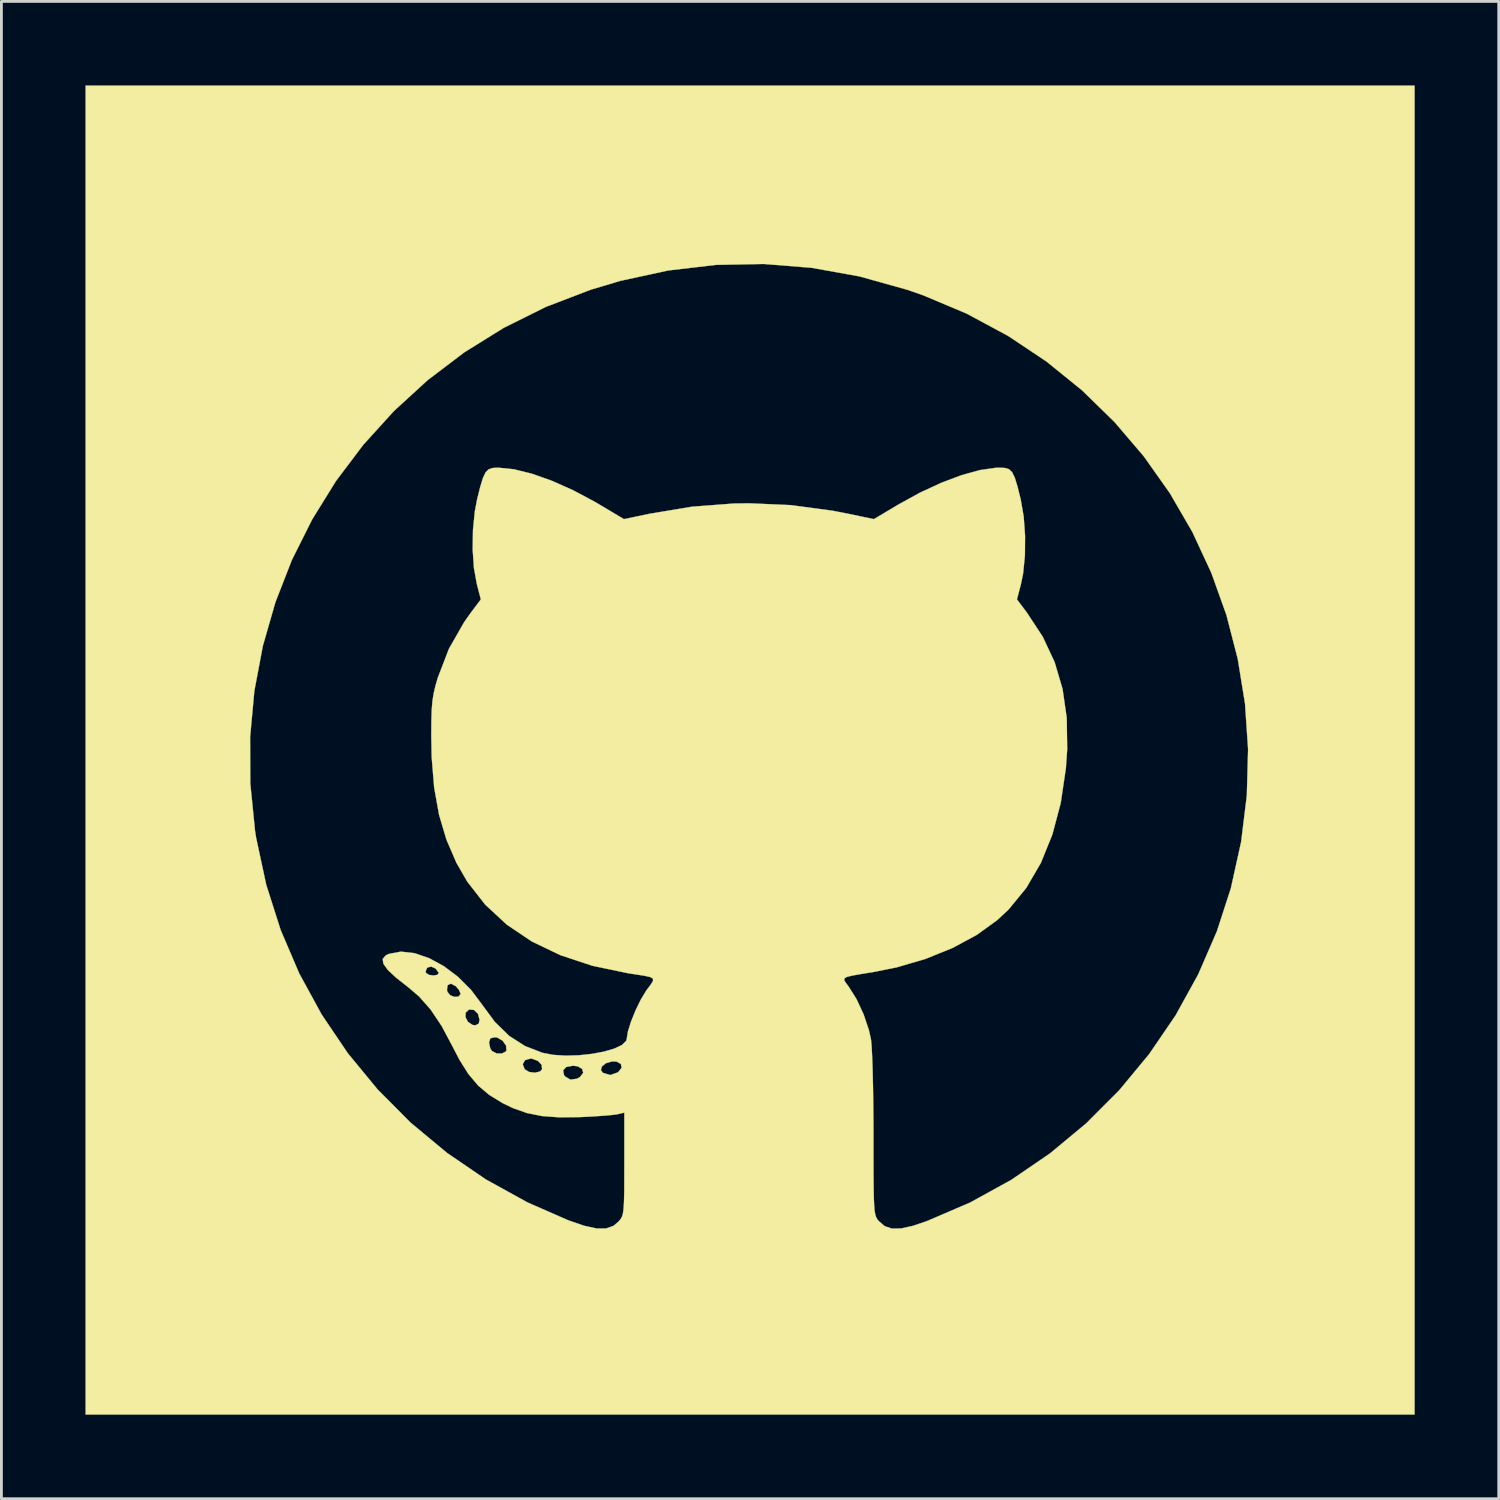
<source format=kicad_pcb>
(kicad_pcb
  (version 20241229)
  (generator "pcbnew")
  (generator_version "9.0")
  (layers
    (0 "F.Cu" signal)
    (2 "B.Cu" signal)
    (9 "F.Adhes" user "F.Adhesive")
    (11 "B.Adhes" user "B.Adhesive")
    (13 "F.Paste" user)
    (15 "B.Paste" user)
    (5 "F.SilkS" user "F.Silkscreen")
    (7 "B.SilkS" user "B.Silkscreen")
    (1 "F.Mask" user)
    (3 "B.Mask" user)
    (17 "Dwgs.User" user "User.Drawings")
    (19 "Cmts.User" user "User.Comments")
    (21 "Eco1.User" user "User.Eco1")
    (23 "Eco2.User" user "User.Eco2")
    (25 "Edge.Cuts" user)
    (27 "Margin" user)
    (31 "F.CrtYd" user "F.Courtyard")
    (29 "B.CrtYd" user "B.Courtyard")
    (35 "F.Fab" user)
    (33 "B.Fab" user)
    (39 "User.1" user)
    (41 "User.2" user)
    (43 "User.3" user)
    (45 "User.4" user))
  (footprint "Github_logo"
    (layer "F.Cu")
    (at 23.712 23.712)
    (property "Reference" "Github_logo" (at 0 0 0) (layer "F.SilkS") (effects (font (size 1.524 1.524) (thickness 0.3))))
    (attr through_hole)
    (fp_poly (pts (xy 23.707 23.707) (xy -23.707 23.707) (xy -23.707 -0.472) (xy -17.838 -0.472) (xy -17.832 1.192) (xy -17.664 2.871) (xy -17.623 3.134) (xy -17.263 4.807) (xy -16.748 6.421) (xy -16.087 7.967) (xy -15.285 9.436) (xy -14.35 10.82) (xy -13.289 12.108) (xy -12.11 13.294) (xy -10.82 14.367) (xy -9.425 15.32) (xy -7.933 16.143) (xy -6.485 16.777) (xy -5.925 16.97) (xy -5.484 17.067) (xy -5.141 17.069) (xy -4.874 16.976) (xy -4.681 16.81) (xy -4.617 16.73) (xy -4.569 16.643) (xy -4.535 16.525) (xy -4.512 16.351) (xy -4.498 16.1) (xy -4.49 15.746) (xy -4.488 15.265) (xy -4.487 14.76) (xy -4.487 12.934) (xy -4.72 12.99) (xy -4.892 13.015) (xy -5.192 13.043) (xy -5.579 13.069) (xy -6.013 13.092) (xy -6.054 13.094) (xy -6.796 13.103) (xy -7.417 13.058) (xy -7.959 12.95) (xy -8.464 12.772) (xy -8.832 12.594) (xy -9.307 12.303) (xy -9.704 11.968) (xy -10.052 11.554) (xy -10.269 11.208) (xy -8.111 11.208) (xy -8.045 11.385) (xy -8.042 11.389) (xy -7.885 11.484) (xy -7.679 11.511) (xy -7.497 11.468) (xy -7.455 11.425) (xy -6.671 11.425) (xy -6.64 11.592) (xy -6.603 11.643) (xy -6.411 11.758) (xy -6.176 11.725) (xy -6.065 11.661) (xy -5.954 11.514) (xy -5.979 11.419) (xy -5.324 11.419) (xy -5.249 11.516) (xy -4.99 11.594) (xy -4.728 11.503) (xy -4.701 11.485) (xy -4.583 11.334) (xy -4.61 11.198) (xy -4.76 11.114) (xy -4.923 11.107) (xy -5.144 11.171) (xy -5.287 11.287) (xy -5.324 11.419) (xy -5.979 11.419) (xy -5.989 11.377) (xy -6.149 11.283) (xy -6.319 11.261) (xy -6.558 11.306) (xy -6.671 11.425) (xy -7.455 11.425) (xy -7.421 11.39) (xy -7.437 11.229) (xy -7.572 11.088) (xy -7.779 11.011) (xy -7.84 11.007) (xy -8.034 11.065) (xy -8.111 11.208) (xy -10.269 11.208) (xy -10.38 11.03) (xy -10.615 10.575) (xy -10.687 10.439) (xy -9.313 10.439) (xy -9.272 10.638) (xy -9.212 10.736) (xy -9.045 10.822) (xy -8.853 10.826) (xy -8.712 10.752) (xy -8.694 10.72) (xy -8.705 10.545) (xy -8.827 10.372) (xy -9.011 10.26) (xy -9.106 10.245) (xy -9.267 10.283) (xy -9.313 10.425) (xy -9.313 10.439) (xy -10.687 10.439) (xy -11.004 9.845) (xy -11.212 9.534) (xy -10.153 9.534) (xy -10.066 9.696) (xy -9.908 9.804) (xy -9.804 9.821) (xy -9.68 9.758) (xy -9.652 9.62) (xy -9.709 9.407) (xy -9.85 9.271) (xy -10.025 9.256) (xy -10.032 9.259) (xy -10.149 9.371) (xy -10.153 9.534) (xy -11.212 9.534) (xy -11.397 9.258) (xy -11.814 8.786) (xy -12.087 8.554) (xy -10.815 8.554) (xy -10.798 8.627) (xy -10.701 8.747) (xy -10.548 8.806) (xy -10.402 8.795) (xy -10.33 8.705) (xy -10.329 8.691) (xy -10.387 8.554) (xy -10.501 8.423) (xy -10.673 8.333) (xy -10.791 8.385) (xy -10.815 8.554) (xy -12.087 8.554) (xy -12.192 8.465) (xy -12.634 8.117) (xy -12.869 7.896) (xy -11.577 7.896) (xy -11.562 7.951) (xy -11.456 8.02) (xy -11.298 8.042) (xy -11.159 8.019) (xy -11.108 7.952) (xy -11.11 7.944) (xy -11.22 7.794) (xy -11.38 7.723) (xy -11.521 7.762) (xy -11.522 7.763) (xy -11.577 7.896) (xy -12.869 7.896) (xy -12.93 7.838) (xy -13.086 7.619) (xy -13.107 7.45) (xy -12.998 7.324) (xy -12.89 7.272) (xy -12.459 7.191) (xy -11.972 7.246) (xy -11.454 7.423) (xy -10.929 7.708) (xy -10.423 8.088) (xy -9.961 8.55) (xy -9.587 9.047) (xy -9.108 9.698) (xy -8.595 10.197) (xy -8.028 10.561) (xy -7.413 10.799) (xy -7.026 10.874) (xy -6.582 10.902) (xy -6.112 10.889) (xy -5.645 10.839) (xy -5.212 10.758) (xy -4.843 10.65) (xy -4.569 10.52) (xy -4.42 10.373) (xy -4.401 10.3) (xy -4.358 10.037) (xy -4.246 9.682) (xy -4.087 9.288) (xy -3.902 8.908) (xy -3.713 8.593) (xy -3.687 8.557) (xy -3.546 8.368) (xy -3.465 8.24) (xy -3.464 8.156) (xy -3.562 8.098) (xy -3.779 8.05) (xy -4.132 7.995) (xy -4.36 7.96) (xy -5.624 7.696) (xy -6.766 7.318) (xy -7.786 6.829) (xy -8.68 6.228) (xy -9.449 5.516) (xy -10.089 4.695) (xy -10.477 4.022) (xy -10.835 3.192) (xy -11.098 2.306) (xy -11.272 1.337) (xy -11.36 0.26) (xy -11.375 -0.508) (xy -11.371 -1.034) (xy -11.359 -1.434) (xy -11.333 -1.75) (xy -11.289 -2.026) (xy -11.223 -2.305) (xy -11.142 -2.582) (xy -10.745 -3.614) (xy -10.197 -4.573) (xy -9.961 -4.905) (xy -9.606 -5.376) (xy -9.75 -5.927) (xy -9.852 -6.493) (xy -9.898 -7.156) (xy -9.887 -7.853) (xy -9.82 -8.523) (xy -9.741 -8.939) (xy -9.628 -9.393) (xy -9.533 -9.707) (xy -9.439 -9.906) (xy -9.329 -10.017) (xy -9.185 -10.065) (xy -8.991 -10.075) (xy -8.979 -10.075) (xy -8.433 -10.02) (xy -7.789 -9.862) (xy -7.076 -9.61) (xy -6.322 -9.274) (xy -5.554 -8.866) (xy -5.404 -8.778) (xy -4.501 -8.24) (xy -3.584 -8.432) (xy -2.076 -8.683) (xy -0.588 -8.797) (xy -0.042 -8.805) (xy 1.454 -8.74) (xy 2.947 -8.539) (xy 3.499 -8.432) (xy 4.416 -8.24) (xy 5.297 -8.764) (xy 6.062 -9.185) (xy 6.82 -9.536) (xy 7.542 -9.808) (xy 8.2 -9.99) (xy 8.767 -10.072) (xy 8.894 -10.075) (xy 9.092 -10.066) (xy 9.238 -10.021) (xy 9.349 -9.914) (xy 9.444 -9.72) (xy 9.538 -9.413) (xy 9.649 -8.967) (xy 9.656 -8.939) (xy 9.762 -8.326) (xy 9.811 -7.641) (xy 9.805 -6.947) (xy 9.742 -6.307) (xy 9.665 -5.927) (xy 9.521 -5.376) (xy 9.876 -4.905) (xy 10.443 -4.041) (xy 10.866 -3.138) (xy 11.149 -2.179) (xy 11.297 -1.149) (xy 11.314 -0.029) (xy 11.267 0.649) (xy 11.084 1.884) (xy 10.786 3.01) (xy 10.376 4.023) (xy 9.855 4.916) (xy 9.226 5.684) (xy 8.821 6.063) (xy 8.09 6.592) (xy 7.227 7.058) (xy 6.262 7.449) (xy 5.227 7.753) (xy 4.403 7.918) (xy 3.944 7.992) (xy 3.632 8.048) (xy 3.444 8.096) (xy 3.362 8.15) (xy 3.363 8.221) (xy 3.428 8.321) (xy 3.509 8.426) (xy 3.796 8.882) (xy 4.051 9.431) (xy 4.241 9.997) (xy 4.314 10.329) (xy 4.335 10.547) (xy 4.354 10.91) (xy 4.371 11.392) (xy 4.385 11.969) (xy 4.395 12.616) (xy 4.401 13.307) (xy 4.402 13.732) (xy 4.402 14.502) (xy 4.404 15.121) (xy 4.408 15.607) (xy 4.415 15.977) (xy 4.427 16.251) (xy 4.444 16.447) (xy 4.469 16.582) (xy 4.501 16.675) (xy 4.542 16.744) (xy 4.593 16.807) (xy 4.802 16.985) (xy 5.059 17.072) (xy 5.388 17.068) (xy 5.814 16.973) (xy 6.31 16.805) (xy 7.854 16.141) (xy 9.322 15.332) (xy 10.703 14.388) (xy 11.989 13.32) (xy 13.17 12.137) (xy 14.236 10.85) (xy 15.179 9.469) (xy 15.988 8.004) (xy 16.655 6.466) (xy 17.153 4.932) (xy 17.52 3.274) (xy 17.723 1.617) (xy 17.768 -0.03) (xy 17.658 -1.657) (xy 17.399 -3.254) (xy 16.997 -4.813) (xy 16.456 -6.325) (xy 15.781 -7.779) (xy 14.977 -9.166) (xy 14.05 -10.477) (xy 13.004 -11.703) (xy 11.845 -12.835) (xy 10.577 -13.862) (xy 9.207 -14.776) (xy 7.737 -15.568) (xy 6.175 -16.227) (xy 5.607 -16.424) (xy 3.905 -16.9) (xy 2.198 -17.207) (xy 0.49 -17.344) (xy -1.219 -17.312) (xy -2.927 -17.111) (xy -4.632 -16.741) (xy -5.692 -16.424) (xy -7.285 -15.814) (xy -8.788 -15.066) (xy -10.197 -14.191) (xy -11.506 -13.198) (xy -12.709 -12.096) (xy -13.8 -10.894) (xy -14.774 -9.602) (xy -15.625 -8.229) (xy -16.348 -6.784) (xy -16.936 -5.276) (xy -17.384 -3.716) (xy -17.687 -2.111) (xy -17.838 -0.472) (xy -23.707 -0.472) (xy -23.707 -23.707) (xy 23.707 -23.707) (xy 23.707 23.707)) (stroke (width 0.01) (type solid)) (fill yes) (layer "F.SilkS")))
  (gr_rect
    (start -3 -3)
    (end 50.423 50.423)
    (stroke (width 0.1) (type default))
    (fill no)
    (layer "Edge.Cuts")))
</source>
